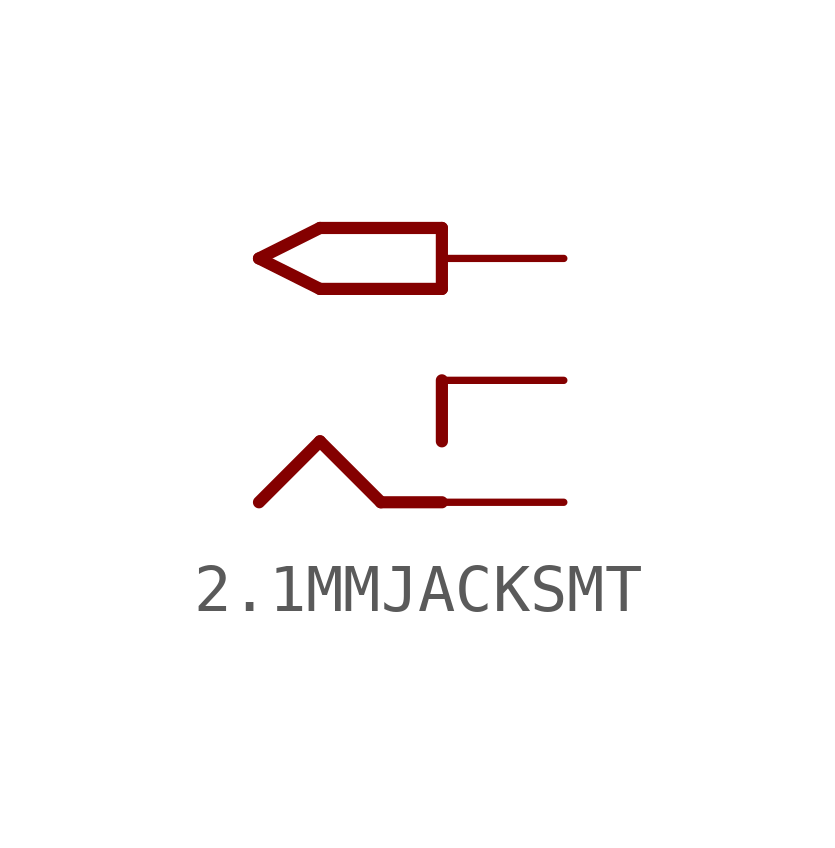
<source format=kicad_sym>
(kicad_symbol_lib
  (version 20220914)
  (generator kicad_symbol_editor)
  (symbol "2.1MMJACKSMT"
    (property "Reference" ""
      (at -2.54 5.08 0)
      (effects (font (size 1.27 1.079)) (justify left bottom) hide))
    (property "ki_locked" ""
      (at 0 0 0)
      (effects (font (size 1.27 1.27))))
    (symbol "2.1MMJACKSMT_1_0"
      (polyline (pts (xy -1.27 2.54) (xy 0 1.905)) (stroke (width 0.254) (type solid)) (fill (type none)))
      (polyline (pts (xy 0 -1.27) (xy -1.27 -2.54)) (stroke (width 0.254) (type solid)) (fill (type none)))
      (polyline (pts (xy 0 1.905) (xy 2.54 1.905)) (stroke (width 0.254) (type solid)) (fill (type none)))
      (polyline (pts (xy 0 3.175) (xy -1.27 2.54)) (stroke (width 0.254) (type solid)) (fill (type none)))
      (polyline (pts (xy 1.27 -2.54) (xy 0 -1.27)) (stroke (width 0.254) (type solid)) (fill (type none)))
      (polyline (pts (xy 2.54 -2.54) (xy 1.27 -2.54)) (stroke (width 0.254) (type solid)) (fill (type none)))
      (polyline (pts (xy 2.54 0) (xy 2.54 -1.27)) (stroke (width 0.254) (type solid)) (fill (type none)))
      (polyline (pts (xy 2.54 1.905) (xy 2.54 3.175)) (stroke (width 0.254) (type solid)) (fill (type none)))
      (polyline (pts (xy 2.54 3.175) (xy 0 3.175)) (stroke (width 0.254) (type solid)) (fill (type none)))
      (pin bidirectional line (at 5.08 -2.54 180) (length 2.54) (name "RING" (effects (font (size 0 0)))) (number "GND" (effects (font (size 0 0)))))
      (pin bidirectional line (at 5.08 0 180) (length 2.54) (name "RING_SW" (effects (font (size 0 0)))) (number "GNDBREAK" (effects (font (size 0 0)))))
      (pin bidirectional line (at 5.08 2.54 180) (length 2.54) (name "TIP" (effects (font (size 0 0)))) (number "PWR2" (effects (font (size 0 0))))))))
</source>
